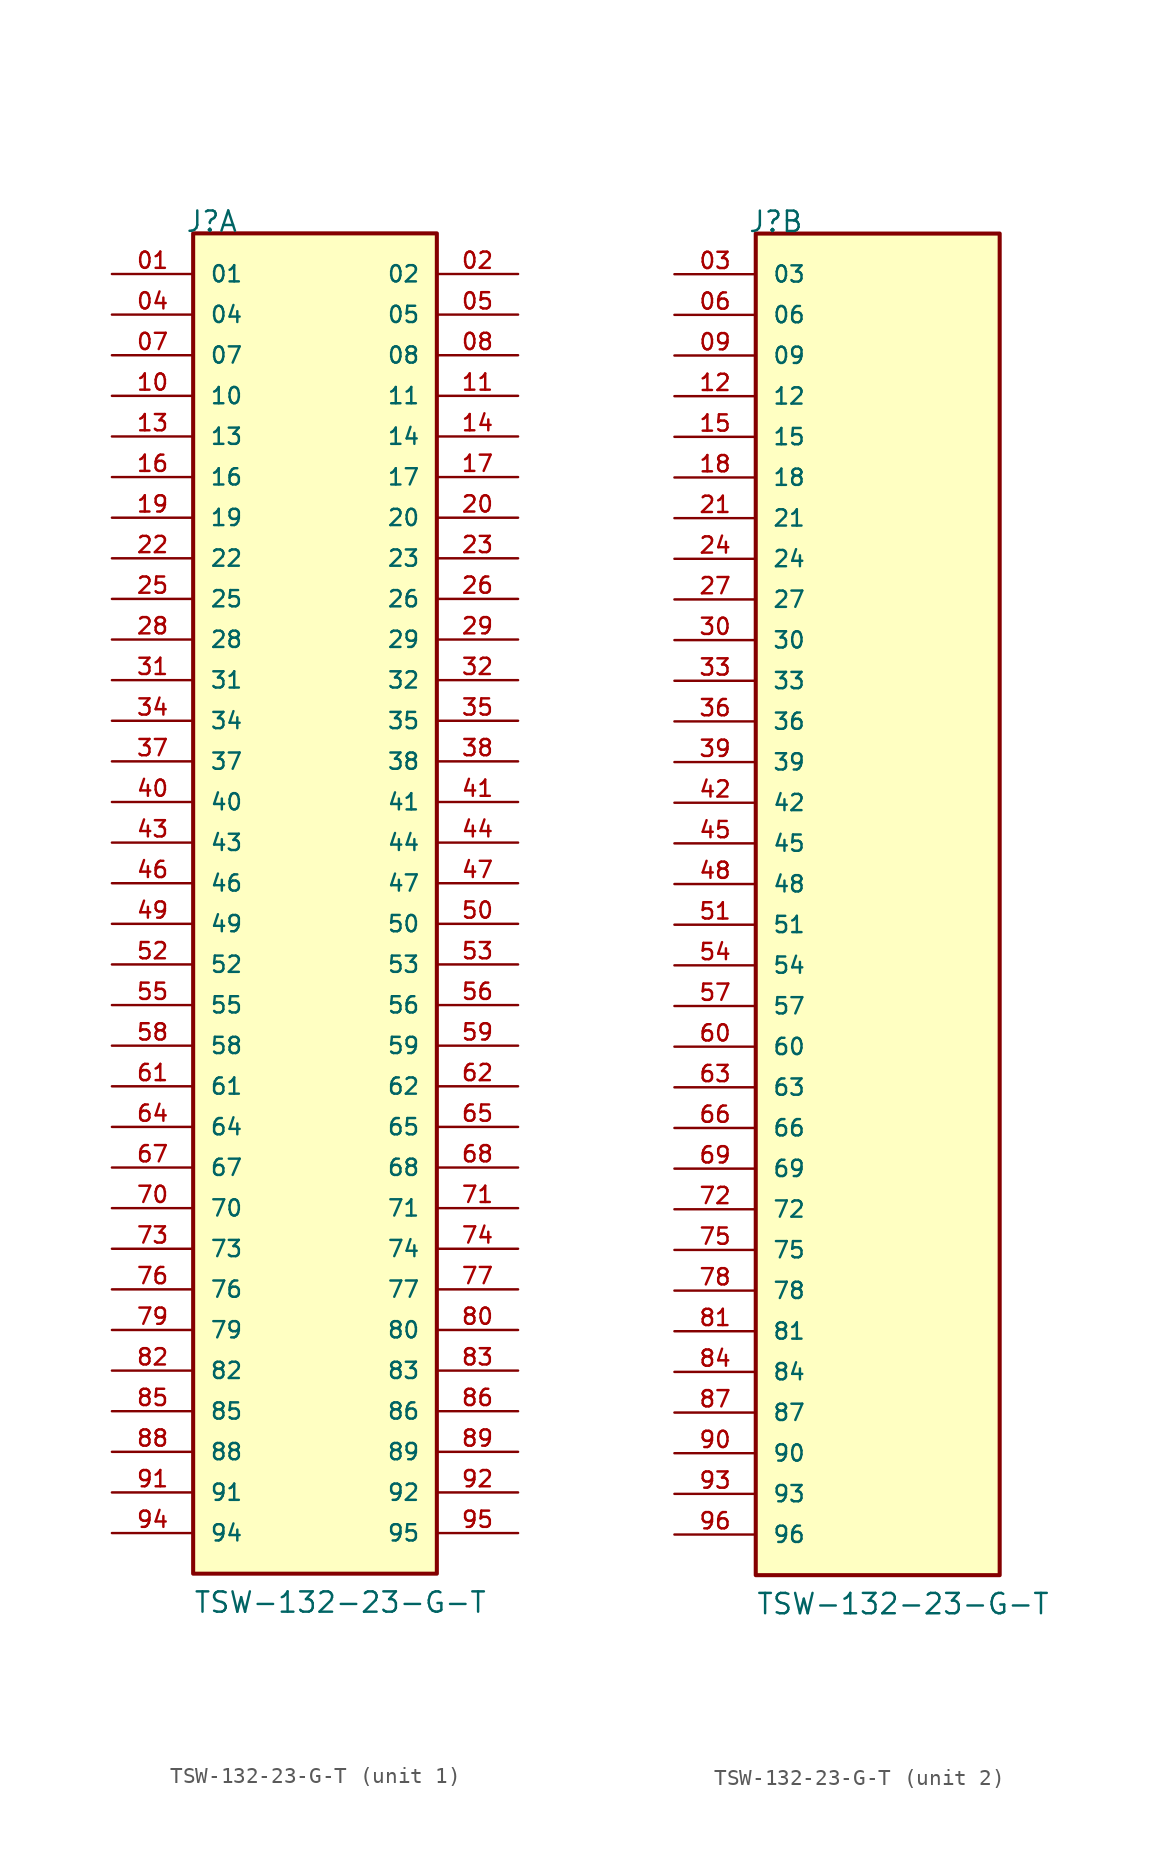
<source format=kicad_sym>
(kicad_symbol_lib
  (version 20211014)
  (generator kicad_symbol_editor)
  (symbol "TSW-132-23-G-T"
    (pin_names
      (offset 1.016))
    (property "Reference" "J"
      (at -8.128 43.18 0)
      (effects (font (size 1.27 1.27)) (justify left bottom)))
    (property "Value" "TSW-132-23-G-T"
      (at -7.62 -43.18 0)
      (effects (font (size 1.27 1.27)) (justify left bottom)))
    (property "ki_locked" ""
      (at 0 0 0)
      (effects (font (size 1.27 1.27))))
    (symbol "TSW-132-23-G-T_1_0"
      (rectangle (start -7.62 -40.64) (end 7.62 43.18) (stroke (width 0.254) (type default) (color 0 0 0 0)) (fill (type background)))
      (pin passive line (at -12.7 40.64 0) (length 5.08) (name "01" (effects (font (size 1.016 1.016)))) (number "01" (effects (font (size 1.016 1.016)))))
      (pin passive line (at 12.7 40.64 180) (length 5.08) (name "02" (effects (font (size 1.016 1.016)))) (number "02" (effects (font (size 1.016 1.016)))))
      (pin passive line (at -12.7 38.1 0) (length 5.08) (name "04" (effects (font (size 1.016 1.016)))) (number "04" (effects (font (size 1.016 1.016)))))
      (pin passive line (at 12.7 38.1 180) (length 5.08) (name "05" (effects (font (size 1.016 1.016)))) (number "05" (effects (font (size 1.016 1.016)))))
      (pin passive line (at -12.7 35.56 0) (length 5.08) (name "07" (effects (font (size 1.016 1.016)))) (number "07" (effects (font (size 1.016 1.016)))))
      (pin passive line (at 12.7 35.56 180) (length 5.08) (name "08" (effects (font (size 1.016 1.016)))) (number "08" (effects (font (size 1.016 1.016)))))
      (pin passive line (at -12.7 33.02 0) (length 5.08) (name "10" (effects (font (size 1.016 1.016)))) (number "10" (effects (font (size 1.016 1.016)))))
      (pin passive line (at 12.7 33.02 180) (length 5.08) (name "11" (effects (font (size 1.016 1.016)))) (number "11" (effects (font (size 1.016 1.016)))))
      (pin passive line (at -12.7 30.48 0) (length 5.08) (name "13" (effects (font (size 1.016 1.016)))) (number "13" (effects (font (size 1.016 1.016)))))
      (pin passive line (at 12.7 30.48 180) (length 5.08) (name "14" (effects (font (size 1.016 1.016)))) (number "14" (effects (font (size 1.016 1.016)))))
      (pin passive line (at -12.7 27.94 0) (length 5.08) (name "16" (effects (font (size 1.016 1.016)))) (number "16" (effects (font (size 1.016 1.016)))))
      (pin passive line (at 12.7 27.94 180) (length 5.08) (name "17" (effects (font (size 1.016 1.016)))) (number "17" (effects (font (size 1.016 1.016)))))
      (pin passive line (at -12.7 25.4 0) (length 5.08) (name "19" (effects (font (size 1.016 1.016)))) (number "19" (effects (font (size 1.016 1.016)))))
      (pin passive line (at 12.7 25.4 180) (length 5.08) (name "20" (effects (font (size 1.016 1.016)))) (number "20" (effects (font (size 1.016 1.016)))))
      (pin passive line (at -12.7 22.86 0) (length 5.08) (name "22" (effects (font (size 1.016 1.016)))) (number "22" (effects (font (size 1.016 1.016)))))
      (pin passive line (at 12.7 22.86 180) (length 5.08) (name "23" (effects (font (size 1.016 1.016)))) (number "23" (effects (font (size 1.016 1.016)))))
      (pin passive line (at -12.7 20.32 0) (length 5.08) (name "25" (effects (font (size 1.016 1.016)))) (number "25" (effects (font (size 1.016 1.016)))))
      (pin passive line (at 12.7 20.32 180) (length 5.08) (name "26" (effects (font (size 1.016 1.016)))) (number "26" (effects (font (size 1.016 1.016)))))
      (pin passive line (at -12.7 17.78 0) (length 5.08) (name "28" (effects (font (size 1.016 1.016)))) (number "28" (effects (font (size 1.016 1.016)))))
      (pin passive line (at 12.7 17.78 180) (length 5.08) (name "29" (effects (font (size 1.016 1.016)))) (number "29" (effects (font (size 1.016 1.016)))))
      (pin passive line (at -12.7 15.24 0) (length 5.08) (name "31" (effects (font (size 1.016 1.016)))) (number "31" (effects (font (size 1.016 1.016)))))
      (pin passive line (at 12.7 15.24 180) (length 5.08) (name "32" (effects (font (size 1.016 1.016)))) (number "32" (effects (font (size 1.016 1.016)))))
      (pin passive line (at -12.7 12.7 0) (length 5.08) (name "34" (effects (font (size 1.016 1.016)))) (number "34" (effects (font (size 1.016 1.016)))))
      (pin passive line (at 12.7 12.7 180) (length 5.08) (name "35" (effects (font (size 1.016 1.016)))) (number "35" (effects (font (size 1.016 1.016)))))
      (pin passive line (at -12.7 10.16 0) (length 5.08) (name "37" (effects (font (size 1.016 1.016)))) (number "37" (effects (font (size 1.016 1.016)))))
      (pin passive line (at 12.7 10.16 180) (length 5.08) (name "38" (effects (font (size 1.016 1.016)))) (number "38" (effects (font (size 1.016 1.016)))))
      (pin passive line (at -12.7 7.62 0) (length 5.08) (name "40" (effects (font (size 1.016 1.016)))) (number "40" (effects (font (size 1.016 1.016)))))
      (pin passive line (at 12.7 7.62 180) (length 5.08) (name "41" (effects (font (size 1.016 1.016)))) (number "41" (effects (font (size 1.016 1.016)))))
      (pin passive line (at -12.7 5.08 0) (length 5.08) (name "43" (effects (font (size 1.016 1.016)))) (number "43" (effects (font (size 1.016 1.016)))))
      (pin passive line (at 12.7 5.08 180) (length 5.08) (name "44" (effects (font (size 1.016 1.016)))) (number "44" (effects (font (size 1.016 1.016)))))
      (pin passive line (at -12.7 2.54 0) (length 5.08) (name "46" (effects (font (size 1.016 1.016)))) (number "46" (effects (font (size 1.016 1.016)))))
      (pin passive line (at 12.7 2.54 180) (length 5.08) (name "47" (effects (font (size 1.016 1.016)))) (number "47" (effects (font (size 1.016 1.016)))))
      (pin passive line (at -12.7 0 0) (length 5.08) (name "49" (effects (font (size 1.016 1.016)))) (number "49" (effects (font (size 1.016 1.016)))))
      (pin passive line (at 12.7 0 180) (length 5.08) (name "50" (effects (font (size 1.016 1.016)))) (number "50" (effects (font (size 1.016 1.016)))))
      (pin passive line (at -12.7 -2.54 0) (length 5.08) (name "52" (effects (font (size 1.016 1.016)))) (number "52" (effects (font (size 1.016 1.016)))))
      (pin passive line (at 12.7 -2.54 180) (length 5.08) (name "53" (effects (font (size 1.016 1.016)))) (number "53" (effects (font (size 1.016 1.016)))))
      (pin passive line (at -12.7 -5.08 0) (length 5.08) (name "55" (effects (font (size 1.016 1.016)))) (number "55" (effects (font (size 1.016 1.016)))))
      (pin passive line (at 12.7 -5.08 180) (length 5.08) (name "56" (effects (font (size 1.016 1.016)))) (number "56" (effects (font (size 1.016 1.016)))))
      (pin passive line (at -12.7 -7.62 0) (length 5.08) (name "58" (effects (font (size 1.016 1.016)))) (number "58" (effects (font (size 1.016 1.016)))))
      (pin passive line (at 12.7 -7.62 180) (length 5.08) (name "59" (effects (font (size 1.016 1.016)))) (number "59" (effects (font (size 1.016 1.016)))))
      (pin passive line (at -12.7 -10.16 0) (length 5.08) (name "61" (effects (font (size 1.016 1.016)))) (number "61" (effects (font (size 1.016 1.016)))))
      (pin passive line (at 12.7 -10.16 180) (length 5.08) (name "62" (effects (font (size 1.016 1.016)))) (number "62" (effects (font (size 1.016 1.016)))))
      (pin passive line (at -12.7 -12.7 0) (length 5.08) (name "64" (effects (font (size 1.016 1.016)))) (number "64" (effects (font (size 1.016 1.016)))))
      (pin passive line (at 12.7 -12.7 180) (length 5.08) (name "65" (effects (font (size 1.016 1.016)))) (number "65" (effects (font (size 1.016 1.016)))))
      (pin passive line (at -12.7 -15.24 0) (length 5.08) (name "67" (effects (font (size 1.016 1.016)))) (number "67" (effects (font (size 1.016 1.016)))))
      (pin passive line (at 12.7 -15.24 180) (length 5.08) (name "68" (effects (font (size 1.016 1.016)))) (number "68" (effects (font (size 1.016 1.016)))))
      (pin passive line (at -12.7 -17.78 0) (length 5.08) (name "70" (effects (font (size 1.016 1.016)))) (number "70" (effects (font (size 1.016 1.016)))))
      (pin passive line (at 12.7 -17.78 180) (length 5.08) (name "71" (effects (font (size 1.016 1.016)))) (number "71" (effects (font (size 1.016 1.016)))))
      (pin passive line (at -12.7 -20.32 0) (length 5.08) (name "73" (effects (font (size 1.016 1.016)))) (number "73" (effects (font (size 1.016 1.016)))))
      (pin passive line (at 12.7 -20.32 180) (length 5.08) (name "74" (effects (font (size 1.016 1.016)))) (number "74" (effects (font (size 1.016 1.016)))))
      (pin passive line (at -12.7 -22.86 0) (length 5.08) (name "76" (effects (font (size 1.016 1.016)))) (number "76" (effects (font (size 1.016 1.016)))))
      (pin passive line (at 12.7 -22.86 180) (length 5.08) (name "77" (effects (font (size 1.016 1.016)))) (number "77" (effects (font (size 1.016 1.016)))))
      (pin passive line (at -12.7 -25.4 0) (length 5.08) (name "79" (effects (font (size 1.016 1.016)))) (number "79" (effects (font (size 1.016 1.016)))))
      (pin passive line (at 12.7 -25.4 180) (length 5.08) (name "80" (effects (font (size 1.016 1.016)))) (number "80" (effects (font (size 1.016 1.016)))))
      (pin passive line (at -12.7 -27.94 0) (length 5.08) (name "82" (effects (font (size 1.016 1.016)))) (number "82" (effects (font (size 1.016 1.016)))))
      (pin passive line (at 12.7 -27.94 180) (length 5.08) (name "83" (effects (font (size 1.016 1.016)))) (number "83" (effects (font (size 1.016 1.016)))))
      (pin passive line (at -12.7 -30.48 0) (length 5.08) (name "85" (effects (font (size 1.016 1.016)))) (number "85" (effects (font (size 1.016 1.016)))))
      (pin passive line (at 12.7 -30.48 180) (length 5.08) (name "86" (effects (font (size 1.016 1.016)))) (number "86" (effects (font (size 1.016 1.016)))))
      (pin passive line (at -12.7 -33.02 0) (length 5.08) (name "88" (effects (font (size 1.016 1.016)))) (number "88" (effects (font (size 1.016 1.016)))))
      (pin passive line (at 12.7 -33.02 180) (length 5.08) (name "89" (effects (font (size 1.016 1.016)))) (number "89" (effects (font (size 1.016 1.016)))))
      (pin passive line (at -12.7 -35.56 0) (length 5.08) (name "91" (effects (font (size 1.016 1.016)))) (number "91" (effects (font (size 1.016 1.016)))))
      (pin passive line (at 12.7 -35.56 180) (length 5.08) (name "92" (effects (font (size 1.016 1.016)))) (number "92" (effects (font (size 1.016 1.016)))))
      (pin passive line (at -12.7 -38.1 0) (length 5.08) (name "94" (effects (font (size 1.016 1.016)))) (number "94" (effects (font (size 1.016 1.016)))))
      (pin passive line (at 12.7 -38.1 180) (length 5.08) (name "95" (effects (font (size 1.016 1.016)))) (number "95" (effects (font (size 1.016 1.016))))))
    (symbol "TSW-132-23-G-T_2_0"
      (rectangle (start -7.62 -40.64) (end 7.62 43.18) (stroke (width 0.254) (type default) (color 0 0 0 0)) (fill (type background)))
      (pin passive line (at -12.7 40.64 0) (length 5.08) (name "03" (effects (font (size 1.016 1.016)))) (number "03" (effects (font (size 1.016 1.016)))))
      (pin passive line (at -12.7 38.1 0) (length 5.08) (name "06" (effects (font (size 1.016 1.016)))) (number "06" (effects (font (size 1.016 1.016)))))
      (pin passive line (at -12.7 35.56 0) (length 5.08) (name "09" (effects (font (size 1.016 1.016)))) (number "09" (effects (font (size 1.016 1.016)))))
      (pin passive line (at -12.7 33.02 0) (length 5.08) (name "12" (effects (font (size 1.016 1.016)))) (number "12" (effects (font (size 1.016 1.016)))))
      (pin passive line (at -12.7 30.48 0) (length 5.08) (name "15" (effects (font (size 1.016 1.016)))) (number "15" (effects (font (size 1.016 1.016)))))
      (pin passive line (at -12.7 27.94 0) (length 5.08) (name "18" (effects (font (size 1.016 1.016)))) (number "18" (effects (font (size 1.016 1.016)))))
      (pin passive line (at -12.7 25.4 0) (length 5.08) (name "21" (effects (font (size 1.016 1.016)))) (number "21" (effects (font (size 1.016 1.016)))))
      (pin passive line (at -12.7 22.86 0) (length 5.08) (name "24" (effects (font (size 1.016 1.016)))) (number "24" (effects (font (size 1.016 1.016)))))
      (pin passive line (at -12.7 20.32 0) (length 5.08) (name "27" (effects (font (size 1.016 1.016)))) (number "27" (effects (font (size 1.016 1.016)))))
      (pin passive line (at -12.7 17.78 0) (length 5.08) (name "30" (effects (font (size 1.016 1.016)))) (number "30" (effects (font (size 1.016 1.016)))))
      (pin passive line (at -12.7 15.24 0) (length 5.08) (name "33" (effects (font (size 1.016 1.016)))) (number "33" (effects (font (size 1.016 1.016)))))
      (pin passive line (at -12.7 12.7 0) (length 5.08) (name "36" (effects (font (size 1.016 1.016)))) (number "36" (effects (font (size 1.016 1.016)))))
      (pin passive line (at -12.7 10.16 0) (length 5.08) (name "39" (effects (font (size 1.016 1.016)))) (number "39" (effects (font (size 1.016 1.016)))))
      (pin passive line (at -12.7 7.62 0) (length 5.08) (name "42" (effects (font (size 1.016 1.016)))) (number "42" (effects (font (size 1.016 1.016)))))
      (pin passive line (at -12.7 5.08 0) (length 5.08) (name "45" (effects (font (size 1.016 1.016)))) (number "45" (effects (font (size 1.016 1.016)))))
      (pin passive line (at -12.7 2.54 0) (length 5.08) (name "48" (effects (font (size 1.016 1.016)))) (number "48" (effects (font (size 1.016 1.016)))))
      (pin passive line (at -12.7 0 0) (length 5.08) (name "51" (effects (font (size 1.016 1.016)))) (number "51" (effects (font (size 1.016 1.016)))))
      (pin passive line (at -12.7 -2.54 0) (length 5.08) (name "54" (effects (font (size 1.016 1.016)))) (number "54" (effects (font (size 1.016 1.016)))))
      (pin passive line (at -12.7 -5.08 0) (length 5.08) (name "57" (effects (font (size 1.016 1.016)))) (number "57" (effects (font (size 1.016 1.016)))))
      (pin passive line (at -12.7 -7.62 0) (length 5.08) (name "60" (effects (font (size 1.016 1.016)))) (number "60" (effects (font (size 1.016 1.016)))))
      (pin passive line (at -12.7 -10.16 0) (length 5.08) (name "63" (effects (font (size 1.016 1.016)))) (number "63" (effects (font (size 1.016 1.016)))))
      (pin passive line (at -12.7 -12.7 0) (length 5.08) (name "66" (effects (font (size 1.016 1.016)))) (number "66" (effects (font (size 1.016 1.016)))))
      (pin passive line (at -12.7 -15.24 0) (length 5.08) (name "69" (effects (font (size 1.016 1.016)))) (number "69" (effects (font (size 1.016 1.016)))))
      (pin passive line (at -12.7 -17.78 0) (length 5.08) (name "72" (effects (font (size 1.016 1.016)))) (number "72" (effects (font (size 1.016 1.016)))))
      (pin passive line (at -12.7 -20.32 0) (length 5.08) (name "75" (effects (font (size 1.016 1.016)))) (number "75" (effects (font (size 1.016 1.016)))))
      (pin passive line (at -12.7 -22.86 0) (length 5.08) (name "78" (effects (font (size 1.016 1.016)))) (number "78" (effects (font (size 1.016 1.016)))))
      (pin passive line (at -12.7 -25.4 0) (length 5.08) (name "81" (effects (font (size 1.016 1.016)))) (number "81" (effects (font (size 1.016 1.016)))))
      (pin passive line (at -12.7 -27.94 0) (length 5.08) (name "84" (effects (font (size 1.016 1.016)))) (number "84" (effects (font (size 1.016 1.016)))))
      (pin passive line (at -12.7 -30.48 0) (length 5.08) (name "87" (effects (font (size 1.016 1.016)))) (number "87" (effects (font (size 1.016 1.016)))))
      (pin passive line (at -12.7 -33.02 0) (length 5.08) (name "90" (effects (font (size 1.016 1.016)))) (number "90" (effects (font (size 1.016 1.016)))))
      (pin passive line (at -12.7 -35.56 0) (length 5.08) (name "93" (effects (font (size 1.016 1.016)))) (number "93" (effects (font (size 1.016 1.016)))))
      (pin passive line (at -12.7 -38.1 0) (length 5.08) (name "96" (effects (font (size 1.016 1.016)))) (number "96" (effects (font (size 1.016 1.016))))))))
</source>
